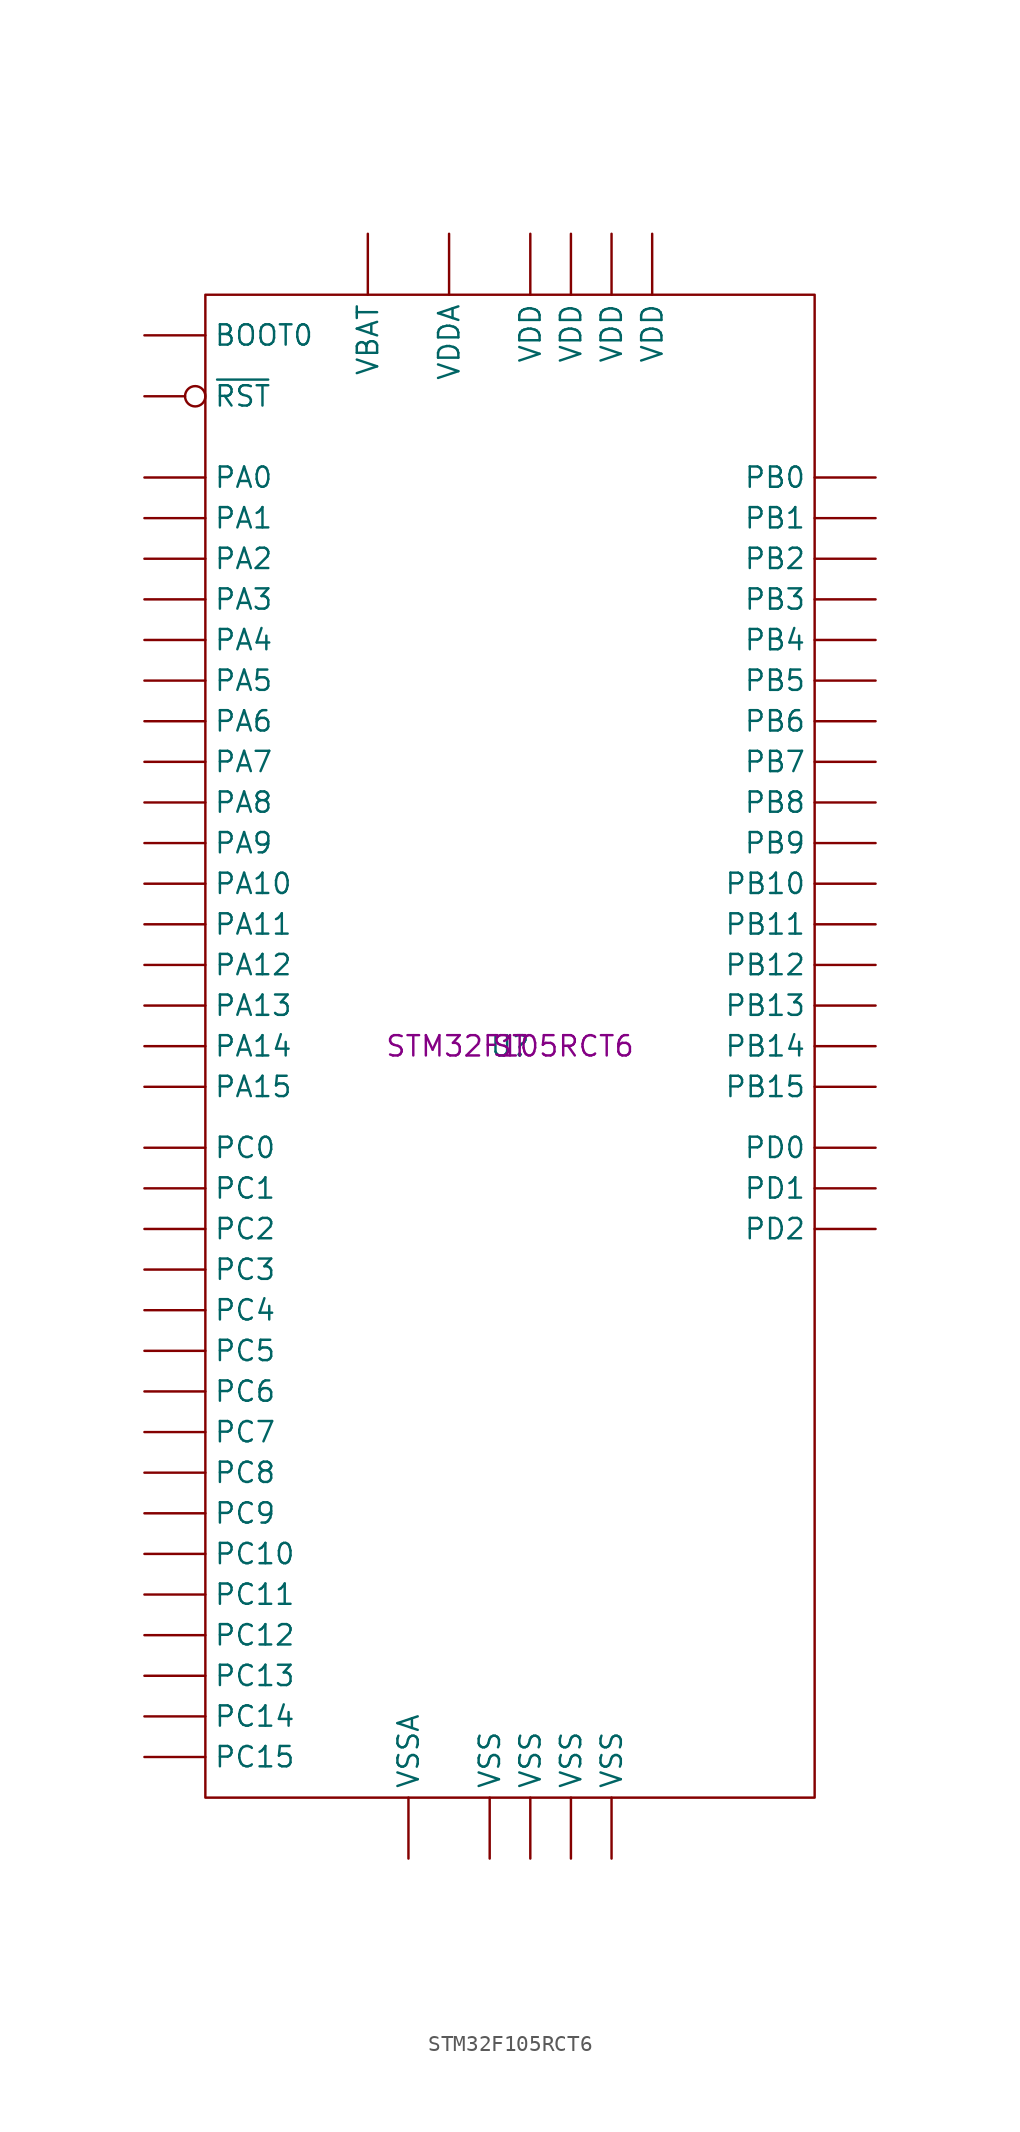
<source format=kicad_sym>
(kicad_symbol_lib
  (version 20220914)
  (generator kicad_symbol_editor)
  (symbol "STM32F105RCT6"
    (pin_numbers hide)
    (property "Reference" "U"
      (at 0 0 0)
      (effects (font (size 1.27 1.27))))
    (property "Value" ""
      (at 0 0 0)
      (effects (font (size 1.27 1.27))))
    (property "Manufacturer" "ST"
      (at 0 0 0)
      (effects (font (size 1.27 1.27))))
    (property "Part #" "STM32F105RCT6"
      (at 0 0 0)
      (effects (font (size 1.27 1.27))))
    (symbol "STM32F105RCT6_0_1"
      (rectangle (start -19.05 46.99) (end 19.05 -46.99) (stroke (width 0) (type default)) (fill (type none))))
    (symbol "STM32F105RCT6_1_1"
      (pin power_in line (at -8.89 50.8 270) (length 3.81) (name "VBAT" (effects (font (size 1.27 1.27)))) (number "1" (effects (font (size 1.27 1.27)))))
      (pin bidirectional line (at -22.86 -11.43 0) (length 3.81) (name "PC2" (effects (font (size 1.27 1.27)))) (number "10" (effects (font (size 1.27 1.27)))))
      (pin bidirectional line (at -22.86 -13.97 0) (length 3.81) (name "PC3" (effects (font (size 1.27 1.27)))) (number "11" (effects (font (size 1.27 1.27)))))
      (pin power_in line (at -6.35 -50.8 90) (length 3.81) (name "VSSA" (effects (font (size 1.27 1.27)))) (number "12" (effects (font (size 1.27 1.27)))))
      (pin power_in line (at -3.81 50.8 270) (length 3.81) (name "VDDA" (effects (font (size 1.27 1.27)))) (number "13" (effects (font (size 1.27 1.27)))))
      (pin bidirectional line (at -22.86 35.56 0) (length 3.81) (name "PA0" (effects (font (size 1.27 1.27)))) (number "14" (effects (font (size 1.27 1.27)))))
      (pin bidirectional line (at -22.86 33.02 0) (length 3.81) (name "PA1" (effects (font (size 1.27 1.27)))) (number "15" (effects (font (size 1.27 1.27)))))
      (pin bidirectional line (at -22.86 30.48 0) (length 3.81) (name "PA2" (effects (font (size 1.27 1.27)))) (number "16" (effects (font (size 1.27 1.27)))))
      (pin bidirectional line (at -22.86 27.94 0) (length 3.81) (name "PA3" (effects (font (size 1.27 1.27)))) (number "17" (effects (font (size 1.27 1.27)))))
      (pin power_in line (at -1.27 -50.8 90) (length 3.81) (name "VSS" (effects (font (size 1.27 1.27)))) (number "18" (effects (font (size 1.27 1.27)))))
      (pin power_in line (at 1.27 50.8 270) (length 3.81) (name "VDD" (effects (font (size 1.27 1.27)))) (number "19" (effects (font (size 1.27 1.27)))))
      (pin bidirectional line (at -22.86 -39.37 0) (length 3.81) (name "PC13" (effects (font (size 1.27 1.27)))) (number "2" (effects (font (size 1.27 1.27)))))
      (pin bidirectional line (at -22.86 25.4 0) (length 3.81) (name "PA4" (effects (font (size 1.27 1.27)))) (number "20" (effects (font (size 1.27 1.27)))))
      (pin bidirectional line (at -22.86 22.86 0) (length 3.81) (name "PA5" (effects (font (size 1.27 1.27)))) (number "21" (effects (font (size 1.27 1.27)))))
      (pin bidirectional line (at -22.86 20.32 0) (length 3.81) (name "PA6" (effects (font (size 1.27 1.27)))) (number "22" (effects (font (size 1.27 1.27)))))
      (pin bidirectional line (at -22.86 17.78 0) (length 3.81) (name "PA7" (effects (font (size 1.27 1.27)))) (number "23" (effects (font (size 1.27 1.27)))))
      (pin bidirectional line (at -22.86 -16.51 0) (length 3.81) (name "PC4" (effects (font (size 1.27 1.27)))) (number "24" (effects (font (size 1.27 1.27)))))
      (pin bidirectional line (at -22.86 -19.05 0) (length 3.81) (name "PC5" (effects (font (size 1.27 1.27)))) (number "25" (effects (font (size 1.27 1.27)))))
      (pin bidirectional line (at 22.86 35.56 180) (length 3.81) (name "PB0" (effects (font (size 1.27 1.27)))) (number "26" (effects (font (size 1.27 1.27)))))
      (pin bidirectional line (at 22.86 33.02 180) (length 3.81) (name "PB1" (effects (font (size 1.27 1.27)))) (number "27" (effects (font (size 1.27 1.27)))))
      (pin bidirectional line (at 22.86 30.48 180) (length 3.81) (name "PB2" (effects (font (size 1.27 1.27)))) (number "28" (effects (font (size 1.27 1.27)))))
      (pin bidirectional line (at 22.86 10.16 180) (length 3.81) (name "PB10" (effects (font (size 1.27 1.27)))) (number "29" (effects (font (size 1.27 1.27)))))
      (pin bidirectional line (at -22.86 -41.91 0) (length 3.81) (name "PC14" (effects (font (size 1.27 1.27)))) (number "3" (effects (font (size 1.27 1.27)))))
      (pin bidirectional line (at 22.86 7.62 180) (length 3.81) (name "PB11" (effects (font (size 1.27 1.27)))) (number "30" (effects (font (size 1.27 1.27)))))
      (pin power_in line (at 1.27 -50.8 90) (length 3.81) (name "VSS" (effects (font (size 1.27 1.27)))) (number "31" (effects (font (size 1.27 1.27)))))
      (pin power_in line (at 3.81 50.8 270) (length 3.81) (name "VDD" (effects (font (size 1.27 1.27)))) (number "32" (effects (font (size 1.27 1.27)))))
      (pin bidirectional line (at 22.86 5.08 180) (length 3.81) (name "PB12" (effects (font (size 1.27 1.27)))) (number "33" (effects (font (size 1.27 1.27)))))
      (pin bidirectional line (at 22.86 2.54 180) (length 3.81) (name "PB13" (effects (font (size 1.27 1.27)))) (number "34" (effects (font (size 1.27 1.27)))))
      (pin bidirectional line (at 22.86 0 180) (length 3.81) (name "PB14" (effects (font (size 1.27 1.27)))) (number "35" (effects (font (size 1.27 1.27)))))
      (pin bidirectional line (at 22.86 -2.54 180) (length 3.81) (name "PB15" (effects (font (size 1.27 1.27)))) (number "36" (effects (font (size 1.27 1.27)))))
      (pin bidirectional line (at -22.86 -21.59 0) (length 3.81) (name "PC6" (effects (font (size 1.27 1.27)))) (number "37" (effects (font (size 1.27 1.27)))))
      (pin bidirectional line (at -22.86 -24.13 0) (length 3.81) (name "PC7" (effects (font (size 1.27 1.27)))) (number "38" (effects (font (size 1.27 1.27)))))
      (pin bidirectional line (at -22.86 -26.67 0) (length 3.81) (name "PC8" (effects (font (size 1.27 1.27)))) (number "39" (effects (font (size 1.27 1.27)))))
      (pin bidirectional line (at -22.86 -44.45 0) (length 3.81) (name "PC15" (effects (font (size 1.27 1.27)))) (number "4" (effects (font (size 1.27 1.27)))))
      (pin bidirectional line (at -22.86 -29.21 0) (length 3.81) (name "PC9" (effects (font (size 1.27 1.27)))) (number "40" (effects (font (size 1.27 1.27)))))
      (pin bidirectional line (at -22.86 15.24 0) (length 3.81) (name "PA8" (effects (font (size 1.27 1.27)))) (number "41" (effects (font (size 1.27 1.27)))))
      (pin bidirectional line (at -22.86 12.7 0) (length 3.81) (name "PA9" (effects (font (size 1.27 1.27)))) (number "42" (effects (font (size 1.27 1.27)))))
      (pin bidirectional line (at -22.86 10.16 0) (length 3.81) (name "PA10" (effects (font (size 1.27 1.27)))) (number "43" (effects (font (size 1.27 1.27)))))
      (pin bidirectional line (at -22.86 7.62 0) (length 3.81) (name "PA11" (effects (font (size 1.27 1.27)))) (number "44" (effects (font (size 1.27 1.27)))))
      (pin bidirectional line (at -22.86 5.08 0) (length 3.81) (name "PA12" (effects (font (size 1.27 1.27)))) (number "45" (effects (font (size 1.27 1.27)))))
      (pin bidirectional line (at -22.86 2.54 0) (length 3.81) (name "PA13" (effects (font (size 1.27 1.27)))) (number "46" (effects (font (size 1.27 1.27)))))
      (pin power_in line (at 3.81 -50.8 90) (length 3.81) (name "VSS" (effects (font (size 1.27 1.27)))) (number "47" (effects (font (size 1.27 1.27)))))
      (pin power_in line (at 6.35 50.8 270) (length 3.81) (name "VDD" (effects (font (size 1.27 1.27)))) (number "48" (effects (font (size 1.27 1.27)))))
      (pin bidirectional line (at -22.86 0 0) (length 3.81) (name "PA14" (effects (font (size 1.27 1.27)))) (number "49" (effects (font (size 1.27 1.27)))))
      (pin bidirectional line (at 22.86 -6.35 180) (length 3.81) (name "PD0" (effects (font (size 1.27 1.27)))) (number "5" (effects (font (size 1.27 1.27)))))
      (pin bidirectional line (at -22.86 -2.54 0) (length 3.81) (name "PA15" (effects (font (size 1.27 1.27)))) (number "50" (effects (font (size 1.27 1.27)))))
      (pin bidirectional line (at -22.86 -31.75 0) (length 3.81) (name "PC10" (effects (font (size 1.27 1.27)))) (number "51" (effects (font (size 1.27 1.27)))))
      (pin bidirectional line (at -22.86 -34.29 0) (length 3.81) (name "PC11" (effects (font (size 1.27 1.27)))) (number "52" (effects (font (size 1.27 1.27)))))
      (pin bidirectional line (at -22.86 -36.83 0) (length 3.81) (name "PC12" (effects (font (size 1.27 1.27)))) (number "53" (effects (font (size 1.27 1.27)))))
      (pin bidirectional line (at 22.86 -11.43 180) (length 3.81) (name "PD2" (effects (font (size 1.27 1.27)))) (number "54" (effects (font (size 1.27 1.27)))))
      (pin bidirectional line (at 22.86 27.94 180) (length 3.81) (name "PB3" (effects (font (size 1.27 1.27)))) (number "55" (effects (font (size 1.27 1.27)))))
      (pin bidirectional line (at 22.86 25.4 180) (length 3.81) (name "PB4" (effects (font (size 1.27 1.27)))) (number "56" (effects (font (size 1.27 1.27)))))
      (pin bidirectional line (at 22.86 22.86 180) (length 3.81) (name "PB5" (effects (font (size 1.27 1.27)))) (number "57" (effects (font (size 1.27 1.27)))))
      (pin bidirectional line (at 22.86 20.32 180) (length 3.81) (name "PB6" (effects (font (size 1.27 1.27)))) (number "58" (effects (font (size 1.27 1.27)))))
      (pin bidirectional line (at 22.86 17.78 180) (length 3.81) (name "PB7" (effects (font (size 1.27 1.27)))) (number "59" (effects (font (size 1.27 1.27)))))
      (pin bidirectional line (at 22.86 -8.89 180) (length 3.81) (name "PD1" (effects (font (size 1.27 1.27)))) (number "6" (effects (font (size 1.27 1.27)))))
      (pin input line (at -22.86 44.45 0) (length 3.81) (name "BOOT0" (effects (font (size 1.27 1.27)))) (number "60" (effects (font (size 1.27 1.27)))))
      (pin bidirectional line (at 22.86 15.24 180) (length 3.81) (name "PB8" (effects (font (size 1.27 1.27)))) (number "61" (effects (font (size 1.27 1.27)))))
      (pin bidirectional line (at 22.86 12.7 180) (length 3.81) (name "PB9" (effects (font (size 1.27 1.27)))) (number "62" (effects (font (size 1.27 1.27)))))
      (pin power_in line (at 6.35 -50.8 90) (length 3.81) (name "VSS" (effects (font (size 1.27 1.27)))) (number "63" (effects (font (size 1.27 1.27)))))
      (pin power_in line (at 8.89 50.8 270) (length 3.81) (name "VDD" (effects (font (size 1.27 1.27)))) (number "64" (effects (font (size 1.27 1.27)))))
      (pin input inverted (at -22.86 40.64 0) (length 3.81) (name "~{RST}" (effects (font (size 1.27 1.27)))) (number "7" (effects (font (size 1.27 1.27)))))
      (pin bidirectional line (at -22.86 -6.35 0) (length 3.81) (name "PC0" (effects (font (size 1.27 1.27)))) (number "8" (effects (font (size 1.27 1.27)))))
      (pin bidirectional line (at -22.86 -8.89 0) (length 3.81) (name "PC1" (effects (font (size 1.27 1.27)))) (number "9" (effects (font (size 1.27 1.27))))))))
</source>
